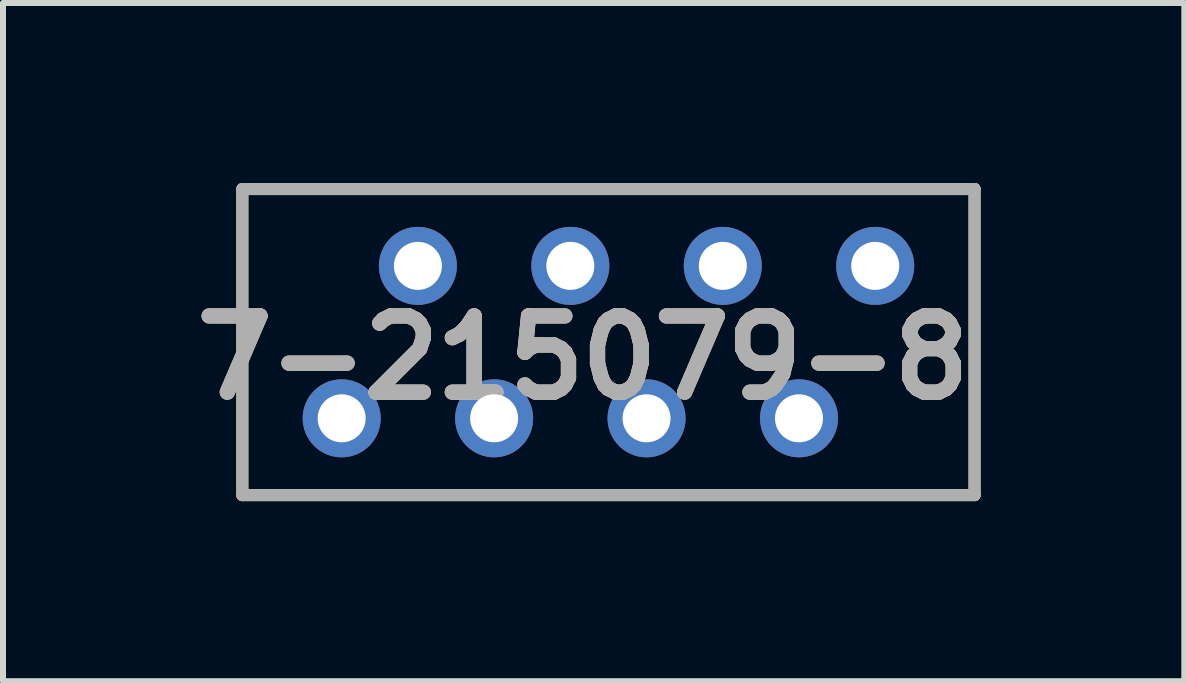
<source format=kicad_pcb>
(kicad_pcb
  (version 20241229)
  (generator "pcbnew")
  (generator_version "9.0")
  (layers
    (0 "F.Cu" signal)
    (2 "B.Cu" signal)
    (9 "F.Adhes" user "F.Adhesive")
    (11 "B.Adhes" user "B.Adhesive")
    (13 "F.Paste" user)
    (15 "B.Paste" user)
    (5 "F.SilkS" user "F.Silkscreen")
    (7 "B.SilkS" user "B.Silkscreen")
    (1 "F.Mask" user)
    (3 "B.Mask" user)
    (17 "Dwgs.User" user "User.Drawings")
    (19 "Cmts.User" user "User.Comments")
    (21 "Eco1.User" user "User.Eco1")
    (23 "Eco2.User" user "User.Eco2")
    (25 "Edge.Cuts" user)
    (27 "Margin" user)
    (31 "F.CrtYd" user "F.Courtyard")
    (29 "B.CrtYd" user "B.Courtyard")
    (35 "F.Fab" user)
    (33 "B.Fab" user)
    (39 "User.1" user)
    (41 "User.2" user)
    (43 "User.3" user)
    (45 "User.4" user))
  (footprint "7-215079-8"
    (layer "F.Cu")
    (at 11.533 1.38)
    (property "Reference" "7-215079-8" (at -4.869 1.53 0) (layer "F.SilkS") (effects (font (size 1.27 1.27) (thickness 0.254))))
    (attr through_hole)
    (fp_line (start -10.545 -1.28) (end 1.655 -1.28) (stroke (width 0.2) (type solid)) (layer "F.SilkS"))
    (fp_line (start -10.545 3.82) (end -10.545 -1.28) (stroke (width 0.2) (type solid)) (layer "F.SilkS"))
    (fp_line (start 1.655 -1.28) (end 1.655 3.82) (stroke (width 0.2) (type solid)) (layer "F.SilkS"))
    (fp_line (start 1.655 3.82) (end -10.545 3.82) (stroke (width 0.2) (type solid)) (layer "F.SilkS"))
    (fp_line (start -10.545 -1.28) (end 1.655 -1.28) (stroke (width 0.2) (type solid)) (layer "F.Fab"))
    (fp_line (start -10.545 3.82) (end -10.545 -1.28) (stroke (width 0.2) (type solid)) (layer "F.Fab"))
    (fp_line (start 1.655 -1.28) (end 1.655 3.82) (stroke (width 0.2) (type solid)) (layer "F.Fab"))
    (fp_line (start 1.655 3.82) (end -10.545 3.82) (stroke (width 0.2) (type solid)) (layer "F.Fab"))
    (fp_text user "${REFERENCE}" (at -4.869 1.53 0) (layer "F.Fab") (effects (font (size 1.27 1.27) (thickness 0.254))))
    (pad "" np_thru_hole circle (at 1.4 1.8) (size 0.001 0.001) (drill 1.5) (layers "*.Cu" "*.Mask"))
    (pad "1" thru_hole circle (at -8.89 2.54) (size 1.3 1.3) (drill 0.8) (layers "*.Cu" "*.Mask"))
    (pad "2" thru_hole circle (at -7.62 0) (size 1.3 1.3) (drill 0.8) (layers "*.Cu" "*.Mask"))
    (pad "3" thru_hole circle (at -6.35 2.54) (size 1.3 1.3) (drill 0.8) (layers "*.Cu" "*.Mask"))
    (pad "4" thru_hole circle (at -5.08 0) (size 1.3 1.3) (drill 0.8) (layers "*.Cu" "*.Mask"))
    (pad "5" thru_hole circle (at -3.81 2.54) (size 1.3 1.3) (drill 0.8) (layers "*.Cu" "*.Mask"))
    (pad "6" thru_hole circle (at -2.54 0) (size 1.3 1.3) (drill 0.8) (layers "*.Cu" "*.Mask"))
    (pad "7" thru_hole circle (at -1.27 2.54) (size 1.3 1.3) (drill 0.8) (layers "*.Cu" "*.Mask"))
    (pad "8" thru_hole circle (at 0 0) (size 1.3 1.3) (drill 0.8) (layers "*.Cu" "*.Mask")))
  (gr_rect
    (start -3 -3)
    (end 16.683 8.3)
    (stroke (width 0.1) (type default))
    (fill no)
    (layer "Edge.Cuts")))
</source>
